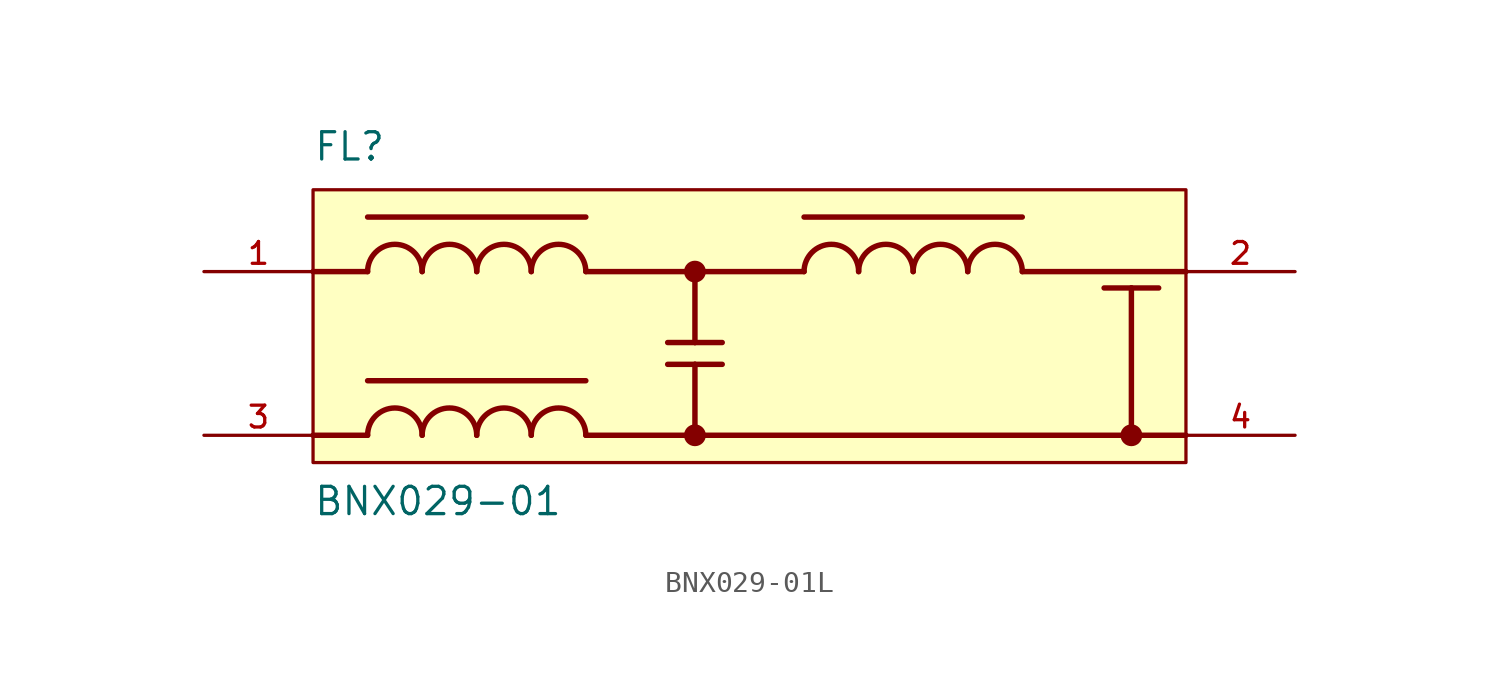
<source format=kicad_sym>
(kicad_symbol_lib
  (version 20220914)
  (generator kicad_symbol_editor)
  (symbol "BNX029-01L"
    (pin_names
      (offset 1.016))
    (property "Reference" "FL"
      (at -20.32 7.62 0)
      (effects (font (size 1.27 1.27)) (justify left bottom)))
    (property "Value" "BNX029-01"
      (at -20.32 -8.89 0)
      (effects (font (size 1.27 1.27)) (justify left bottom)))
    (symbol "BNX029-01L_0_0"
      (arc (start -15.24 -5.08) (mid -16.51 -3.8155) (end -17.78 -5.08) (stroke (width 0.254) (type default)) (fill (type none)))
      (arc (start -15.24 2.54) (mid -16.51 3.8045) (end -17.78 2.54) (stroke (width 0.254) (type default)) (fill (type none)))
      (arc (start -12.7 -5.08) (mid -13.97 -3.8155) (end -15.24 -5.08) (stroke (width 0.254) (type default)) (fill (type none)))
      (arc (start -12.7 2.54) (mid -13.97 3.8045) (end -15.24 2.54) (stroke (width 0.254) (type default)) (fill (type none)))
      (arc (start -10.16 -5.08) (mid -11.43 -3.8155) (end -12.7 -5.08) (stroke (width 0.254) (type default)) (fill (type none)))
      (arc (start -10.16 2.54) (mid -11.43 3.8045) (end -12.7 2.54) (stroke (width 0.254) (type default)) (fill (type none)))
      (arc (start -7.62 -5.08) (mid -8.89 -3.8155) (end -10.16 -5.08) (stroke (width 0.254) (type default)) (fill (type none)))
      (arc (start -7.62 2.54) (mid -8.89 3.8045) (end -10.16 2.54) (stroke (width 0.254) (type default)) (fill (type none)))
      (circle (center -2.54 -5.08) (radius 0.254) (stroke (width 0.508) (type default)) (fill (type none)))
      (circle (center -2.54 2.54) (radius 0.254) (stroke (width 0.508) (type default)) (fill (type none)))
      (polyline (pts (xy -17.78 -5.08) (xy -20.32 -5.08)) (stroke (width 0.254) (type default)) (fill (type none)))
      (polyline (pts (xy -17.78 -2.54) (xy -7.62 -2.54)) (stroke (width 0.254) (type default)) (fill (type none)))
      (polyline (pts (xy -17.78 2.54) (xy -20.32 2.54)) (stroke (width 0.254) (type default)) (fill (type none)))
      (polyline (pts (xy -17.78 5.08) (xy -7.62 5.08)) (stroke (width 0.254) (type default)) (fill (type none)))
      (polyline (pts (xy -7.62 -5.08) (xy 20.32 -5.08)) (stroke (width 0.254) (type default)) (fill (type none)))
      (polyline (pts (xy -7.62 2.54) (xy 2.54 2.54)) (stroke (width 0.254) (type default)) (fill (type none)))
      (polyline (pts (xy -3.81 -1.778) (xy -2.54 -1.778)) (stroke (width 0.254) (type default)) (fill (type none)))
      (polyline (pts (xy -3.81 -0.762) (xy -2.54 -0.762)) (stroke (width 0.254) (type default)) (fill (type none)))
      (polyline (pts (xy -2.54 -1.778) (xy -2.54 -5.08)) (stroke (width 0.254) (type default)) (fill (type none)))
      (polyline (pts (xy -2.54 -1.778) (xy -1.27 -1.778)) (stroke (width 0.254) (type default)) (fill (type none)))
      (polyline (pts (xy -2.54 -0.762) (xy -1.27 -0.762)) (stroke (width 0.254) (type default)) (fill (type none)))
      (polyline (pts (xy -2.54 2.54) (xy -2.54 -0.762)) (stroke (width 0.254) (type default)) (fill (type none)))
      (polyline (pts (xy 2.54 5.08) (xy 12.7 5.08)) (stroke (width 0.254) (type default)) (fill (type none)))
      (polyline (pts (xy 12.7 2.54) (xy 20.32 2.54)) (stroke (width 0.254) (type default)) (fill (type none)))
      (polyline (pts (xy 16.51 1.778) (xy 17.78 1.778)) (stroke (width 0.254) (type default)) (fill (type none)))
      (polyline (pts (xy 17.78 1.778) (xy 17.78 -5.08)) (stroke (width 0.254) (type default)) (fill (type none)))
      (polyline (pts (xy 17.78 1.778) (xy 19.05 1.778)) (stroke (width 0.254) (type default)) (fill (type none)))
      (arc (start 5.08 2.54) (mid 3.81 3.8045) (end 2.54 2.54) (stroke (width 0.254) (type default)) (fill (type none)))
      (arc (start 7.62 2.54) (mid 6.35 3.8045) (end 5.08 2.54) (stroke (width 0.254) (type default)) (fill (type none)))
      (arc (start 10.16 2.54) (mid 8.89 3.8045) (end 7.62 2.54) (stroke (width 0.254) (type default)) (fill (type none)))
      (arc (start 12.7 2.54) (mid 11.43 3.8045) (end 10.16 2.54) (stroke (width 0.254) (type default)) (fill (type none)))
      (circle (center 17.78 -5.08) (radius 0.254) (stroke (width 0.508) (type default)) (fill (type none)))
      (pin passive line (at -25.4 2.54 0) (length 5.08) (name "~" (effects (font (size 1.016 1.016)))) (number "1" (effects (font (size 1.016 1.016)))))
      (pin passive line (at 25.4 2.54 180) (length 5.08) (name "~" (effects (font (size 1.016 1.016)))) (number "2" (effects (font (size 1.016 1.016)))))
      (pin passive line (at -25.4 -5.08 0) (length 5.08) (name "~" (effects (font (size 1.016 1.016)))) (number "3" (effects (font (size 1.016 1.016)))))
      (pin passive line (at 25.4 -5.08 180) (length 5.08) (name "~" (effects (font (size 1.016 1.016)))) (number "4" (effects (font (size 1.016 1.016))))))
    (symbol "BNX029-01L_1_1"
      (rectangle (start -20.32 6.35) (end 20.32 -6.35) (stroke (width 0) (type default)) (fill (type background))))))
</source>
